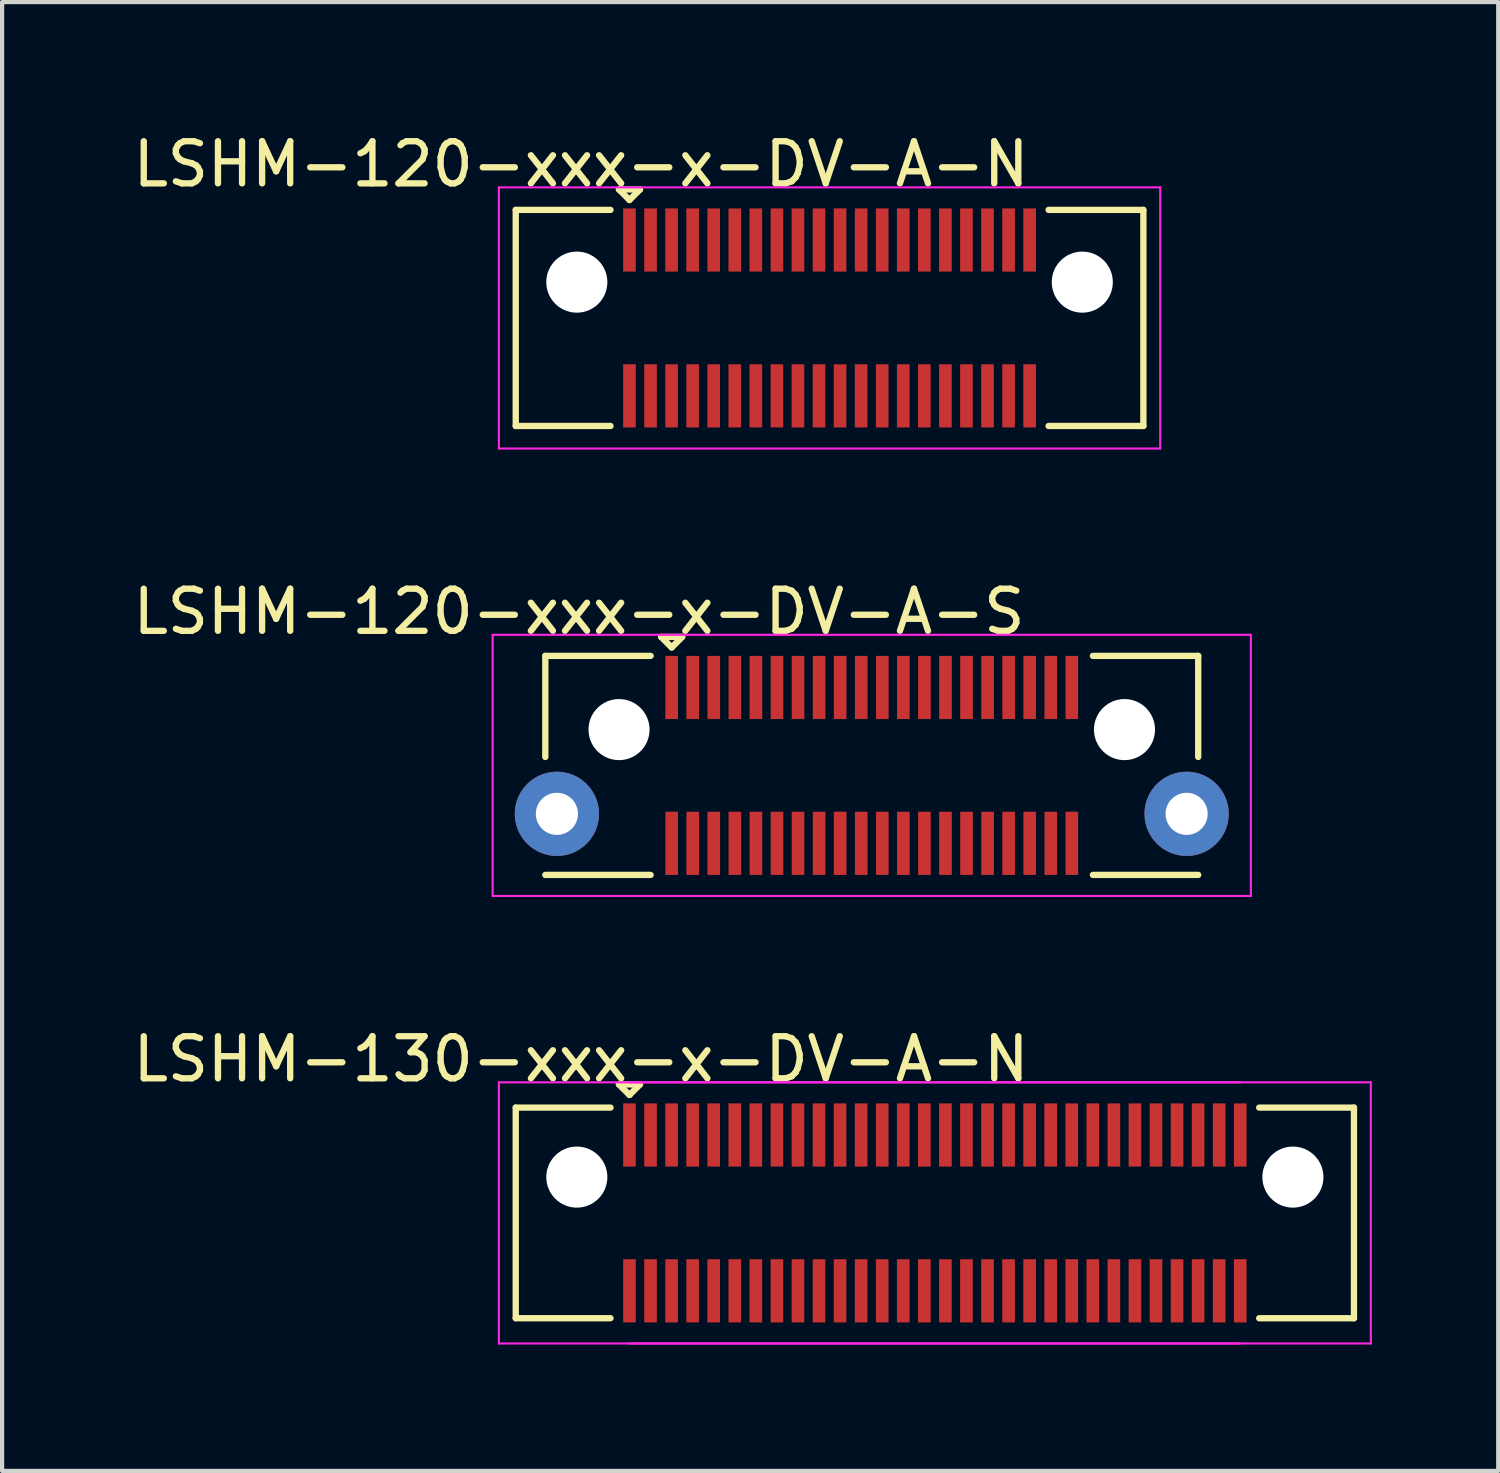
<source format=kicad_pcb>
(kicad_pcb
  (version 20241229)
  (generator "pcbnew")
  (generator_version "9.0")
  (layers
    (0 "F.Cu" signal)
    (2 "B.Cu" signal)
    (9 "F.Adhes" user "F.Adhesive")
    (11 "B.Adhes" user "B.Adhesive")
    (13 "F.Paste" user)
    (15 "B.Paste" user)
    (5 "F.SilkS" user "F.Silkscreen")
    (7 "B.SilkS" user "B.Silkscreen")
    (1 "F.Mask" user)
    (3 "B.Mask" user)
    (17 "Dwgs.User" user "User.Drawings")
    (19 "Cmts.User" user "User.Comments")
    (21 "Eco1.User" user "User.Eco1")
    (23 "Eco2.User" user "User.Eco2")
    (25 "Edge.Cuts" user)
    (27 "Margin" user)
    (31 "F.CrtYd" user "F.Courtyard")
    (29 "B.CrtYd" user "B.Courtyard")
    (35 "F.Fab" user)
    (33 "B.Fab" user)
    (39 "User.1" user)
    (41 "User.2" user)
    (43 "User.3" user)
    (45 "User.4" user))
  (footprint "LSHM-120-xxx-x-DV-A-N"
    (layer "F.Cu")
    (at 16.644 4.498)
    (property "Reference" "LSHM-120-xxx-x-DV-A-N" (at -5.9 -3.65 0) (layer "F.SilkS") (effects (font (size 1 1) (thickness 0.15))))
    (attr smd)
    (fp_line (start -7.45 -2.565) (end -5.2 -2.565) (stroke (width 0.15) (type solid)) (layer "F.SilkS"))
    (fp_line (start -7.45 2.565) (end -7.45 -2.565) (stroke (width 0.15) (type solid)) (layer "F.SilkS"))
    (fp_line (start -7.45 2.565) (end -5.2 2.565) (stroke (width 0.15) (type solid)) (layer "F.SilkS"))
    (fp_line (start -5 -3.05) (end -4.75 -2.8) (stroke (width 0.15) (type solid)) (layer "F.SilkS"))
    (fp_line (start -4.75 -2.8) (end -4.5 -3.05) (stroke (width 0.15) (type solid)) (layer "F.SilkS"))
    (fp_line (start -4.5 -3.05) (end -5 -3.05) (stroke (width 0.15) (type solid)) (layer "F.SilkS"))
    (fp_line (start 7.45 -2.565) (end 5.2 -2.565) (stroke (width 0.15) (type solid)) (layer "F.SilkS"))
    (fp_line (start 7.45 2.565) (end 5.2 2.565) (stroke (width 0.15) (type solid)) (layer "F.SilkS"))
    (fp_line (start 7.45 2.565) (end 7.45 -2.565) (stroke (width 0.15) (type solid)) (layer "F.SilkS"))
    (fp_line (start -7.85 -3.1) (end 7.85 -3.1) (stroke (width 0.05) (type solid)) (layer "F.CrtYd"))
    (fp_line (start -7.85 3.1) (end -7.85 -3.1) (stroke (width 0.05) (type solid)) (layer "F.CrtYd"))
    (fp_line (start -7.85 3.1) (end 7.85 3.1) (stroke (width 0.05) (type solid)) (layer "F.CrtYd"))
    (fp_line (start 7.85 3.1) (end 7.85 -3.1) (stroke (width 0.05) (type solid)) (layer "F.CrtYd"))
    (pad "" np_thru_hole circle (at -6 -0.85) (size 1.45 1.45) (drill 1.45) (layers "*.Cu" "*.Mask"))
    (pad "" np_thru_hole circle (at 6 -0.85) (size 1.45 1.45) (drill 1.45) (layers "*.Cu" "*.Mask"))
    (pad "1" smd rect (at -4.75 -1.85) (size 0.3 1.5) (layers "F.Cu" "F.Mask" "F.Paste"))
    (pad "2" smd rect (at -4.75 1.85) (size 0.3 1.5) (layers "F.Cu" "F.Mask" "F.Paste"))
    (pad "3" smd rect (at -4.25 -1.85) (size 0.3 1.5) (layers "F.Cu" "F.Mask" "F.Paste"))
    (pad "4" smd rect (at -4.25 1.85) (size 0.3 1.5) (layers "F.Cu" "F.Mask" "F.Paste"))
    (pad "5" smd rect (at -3.75 -1.85) (size 0.3 1.5) (layers "F.Cu" "F.Mask" "F.Paste"))
    (pad "6" smd rect (at -3.75 1.85) (size 0.3 1.5) (layers "F.Cu" "F.Mask" "F.Paste"))
    (pad "7" smd rect (at -3.25 -1.85) (size 0.3 1.5) (layers "F.Cu" "F.Mask" "F.Paste"))
    (pad "8" smd rect (at -3.25 1.85) (size 0.3 1.5) (layers "F.Cu" "F.Mask" "F.Paste"))
    (pad "9" smd rect (at -2.75 -1.85) (size 0.3 1.5) (layers "F.Cu" "F.Mask" "F.Paste"))
    (pad "10" smd rect (at -2.75 1.85) (size 0.3 1.5) (layers "F.Cu" "F.Mask" "F.Paste"))
    (pad "11" smd rect (at -2.25 -1.85) (size 0.3 1.5) (layers "F.Cu" "F.Mask" "F.Paste"))
    (pad "12" smd rect (at -2.25 1.85) (size 0.3 1.5) (layers "F.Cu" "F.Mask" "F.Paste"))
    (pad "13" smd rect (at -1.75 -1.85) (size 0.3 1.5) (layers "F.Cu" "F.Mask" "F.Paste"))
    (pad "14" smd rect (at -1.75 1.85) (size 0.3 1.5) (layers "F.Cu" "F.Mask" "F.Paste"))
    (pad "15" smd rect (at -1.25 -1.85) (size 0.3 1.5) (layers "F.Cu" "F.Mask" "F.Paste"))
    (pad "16" smd rect (at -1.25 1.85) (size 0.3 1.5) (layers "F.Cu" "F.Mask" "F.Paste"))
    (pad "17" smd rect (at -0.75 -1.85) (size 0.3 1.5) (layers "F.Cu" "F.Mask" "F.Paste"))
    (pad "18" smd rect (at -0.75 1.85) (size 0.3 1.5) (layers "F.Cu" "F.Mask" "F.Paste"))
    (pad "19" smd rect (at -0.25 -1.85) (size 0.3 1.5) (layers "F.Cu" "F.Mask" "F.Paste"))
    (pad "20" smd rect (at -0.25 1.85) (size 0.3 1.5) (layers "F.Cu" "F.Mask" "F.Paste"))
    (pad "21" smd rect (at 0.25 -1.85) (size 0.3 1.5) (layers "F.Cu" "F.Mask" "F.Paste"))
    (pad "22" smd rect (at 0.25 1.85) (size 0.3 1.5) (layers "F.Cu" "F.Mask" "F.Paste"))
    (pad "23" smd rect (at 0.75 -1.85) (size 0.3 1.5) (layers "F.Cu" "F.Mask" "F.Paste"))
    (pad "24" smd rect (at 0.75 1.85) (size 0.3 1.5) (layers "F.Cu" "F.Mask" "F.Paste"))
    (pad "25" smd rect (at 1.25 -1.85) (size 0.3 1.5) (layers "F.Cu" "F.Mask" "F.Paste"))
    (pad "26" smd rect (at 1.25 1.85) (size 0.3 1.5) (layers "F.Cu" "F.Mask" "F.Paste"))
    (pad "27" smd rect (at 1.75 -1.85) (size 0.3 1.5) (layers "F.Cu" "F.Mask" "F.Paste"))
    (pad "28" smd rect (at 1.75 1.85) (size 0.3 1.5) (layers "F.Cu" "F.Mask" "F.Paste"))
    (pad "29" smd rect (at 2.25 -1.85) (size 0.3 1.5) (layers "F.Cu" "F.Mask" "F.Paste"))
    (pad "30" smd rect (at 2.25 1.85) (size 0.3 1.5) (layers "F.Cu" "F.Mask" "F.Paste"))
    (pad "31" smd rect (at 2.75 -1.85) (size 0.3 1.5) (layers "F.Cu" "F.Mask" "F.Paste"))
    (pad "32" smd rect (at 2.75 1.85) (size 0.3 1.5) (layers "F.Cu" "F.Mask" "F.Paste"))
    (pad "33" smd rect (at 3.25 -1.85) (size 0.3 1.5) (layers "F.Cu" "F.Mask" "F.Paste"))
    (pad "34" smd rect (at 3.25 1.85) (size 0.3 1.5) (layers "F.Cu" "F.Mask" "F.Paste"))
    (pad "35" smd rect (at 3.75 -1.85) (size 0.3 1.5) (layers "F.Cu" "F.Mask" "F.Paste"))
    (pad "36" smd rect (at 3.75 1.85) (size 0.3 1.5) (layers "F.Cu" "F.Mask" "F.Paste"))
    (pad "37" smd rect (at 4.25 -1.85) (size 0.3 1.5) (layers "F.Cu" "F.Mask" "F.Paste"))
    (pad "38" smd rect (at 4.25 1.85) (size 0.3 1.5) (layers "F.Cu" "F.Mask" "F.Paste"))
    (pad "39" smd rect (at 4.75 -1.85) (size 0.3 1.5) (layers "F.Cu" "F.Mask" "F.Paste"))
    (pad "40" smd rect (at 4.75 1.85) (size 0.3 1.5) (layers "F.Cu" "F.Mask" "F.Paste")))
  (footprint "LSHM-130-xxx-x-DV-A-N"
    (layer "F.Cu")
    (at 19.144 25.745)
    (property "Reference" "LSHM-130-xxx-x-DV-A-N" (at -8.4 -3.65 0) (layer "F.SilkS") (effects (font (size 1 1) (thickness 0.15))))
    (attr smd)
    (fp_line (start -9.95 -2.5) (end -9.95 2.5) (stroke (width 0.15) (type solid)) (layer "F.SilkS"))
    (fp_line (start -9.95 -2.5) (end -7.7 -2.5) (stroke (width 0.15) (type solid)) (layer "F.SilkS"))
    (fp_line (start -9.95 2.5) (end -7.7 2.5) (stroke (width 0.15) (type solid)) (layer "F.SilkS"))
    (fp_line (start -7.5 -3.05) (end -7.25 -2.8) (stroke (width 0.15) (type solid)) (layer "F.SilkS"))
    (fp_line (start -7.25 -2.8) (end -7 -3.05) (stroke (width 0.15) (type solid)) (layer "F.SilkS"))
    (fp_line (start -7 -3.05) (end -7.5 -3.05) (stroke (width 0.15) (type solid)) (layer "F.SilkS"))
    (fp_line (start 9.95 -2.5) (end 7.7 -2.5) (stroke (width 0.15) (type solid)) (layer "F.SilkS"))
    (fp_line (start 9.95 -2.5) (end 9.95 2.5) (stroke (width 0.15) (type solid)) (layer "F.SilkS"))
    (fp_line (start 9.95 2.5) (end 7.7 2.5) (stroke (width 0.15) (type solid)) (layer "F.SilkS"))
    (fp_line (start -10.35 -3.1) (end 10.35 -3.1) (stroke (width 0.05) (type solid)) (layer "F.CrtYd"))
    (fp_line (start -10.35 3.1) (end -10.35 -3.1) (stroke (width 0.05) (type solid)) (layer "F.CrtYd"))
    (fp_line (start -10.35 3.1) (end 10.35 3.1) (stroke (width 0.05) (type solid)) (layer "F.CrtYd"))
    (fp_line (start -7.25 -3.1) (end 7.25 -3.1) (stroke (width 0.05) (type solid)) (layer "F.CrtYd"))
    (fp_line (start -7.25 3.1) (end 7.25 3.1) (stroke (width 0.05) (type solid)) (layer "F.CrtYd"))
    (fp_line (start 10.35 3.1) (end 10.35 -3.1) (stroke (width 0.05) (type solid)) (layer "F.CrtYd"))
    (pad "" np_thru_hole circle (at -8.5 -0.85) (size 1.45 1.45) (drill 1.45) (layers "*.Cu" "*.Mask"))
    (pad "" np_thru_hole circle (at 8.5 -0.85) (size 1.45 1.45) (drill 1.45) (layers "*.Cu" "*.Mask"))
    (pad "1" smd rect (at -7.25 -1.85) (size 0.3 1.5) (layers "F.Cu" "F.Mask" "F.Paste"))
    (pad "2" smd rect (at -7.25 1.85) (size 0.3 1.5) (layers "F.Cu" "F.Mask" "F.Paste"))
    (pad "3" smd rect (at -6.75 -1.85) (size 0.3 1.5) (layers "F.Cu" "F.Mask" "F.Paste"))
    (pad "4" smd rect (at -6.75 1.85) (size 0.3 1.5) (layers "F.Cu" "F.Mask" "F.Paste"))
    (pad "5" smd rect (at -6.25 -1.85) (size 0.3 1.5) (layers "F.Cu" "F.Mask" "F.Paste"))
    (pad "6" smd rect (at -6.25 1.85) (size 0.3 1.5) (layers "F.Cu" "F.Mask" "F.Paste"))
    (pad "7" smd rect (at -5.75 -1.85) (size 0.3 1.5) (layers "F.Cu" "F.Mask" "F.Paste"))
    (pad "8" smd rect (at -5.75 1.85) (size 0.3 1.5) (layers "F.Cu" "F.Mask" "F.Paste"))
    (pad "9" smd rect (at -5.25 -1.85) (size 0.3 1.5) (layers "F.Cu" "F.Mask" "F.Paste"))
    (pad "10" smd rect (at -5.25 1.85) (size 0.3 1.5) (layers "F.Cu" "F.Mask" "F.Paste"))
    (pad "11" smd rect (at -4.75 -1.85) (size 0.3 1.5) (layers "F.Cu" "F.Mask" "F.Paste"))
    (pad "12" smd rect (at -4.75 1.85) (size 0.3 1.5) (layers "F.Cu" "F.Mask" "F.Paste"))
    (pad "13" smd rect (at -4.25 -1.85) (size 0.3 1.5) (layers "F.Cu" "F.Mask" "F.Paste"))
    (pad "14" smd rect (at -4.25 1.85) (size 0.3 1.5) (layers "F.Cu" "F.Mask" "F.Paste"))
    (pad "15" smd rect (at -3.75 -1.85) (size 0.3 1.5) (layers "F.Cu" "F.Mask" "F.Paste"))
    (pad "16" smd rect (at -3.75 1.85) (size 0.3 1.5) (layers "F.Cu" "F.Mask" "F.Paste"))
    (pad "17" smd rect (at -3.25 -1.85) (size 0.3 1.5) (layers "F.Cu" "F.Mask" "F.Paste"))
    (pad "18" smd rect (at -3.25 1.85) (size 0.3 1.5) (layers "F.Cu" "F.Mask" "F.Paste"))
    (pad "19" smd rect (at -2.75 -1.85) (size 0.3 1.5) (layers "F.Cu" "F.Mask" "F.Paste"))
    (pad "20" smd rect (at -2.75 1.85) (size 0.3 1.5) (layers "F.Cu" "F.Mask" "F.Paste"))
    (pad "21" smd rect (at -2.25 -1.85) (size 0.3 1.5) (layers "F.Cu" "F.Mask" "F.Paste"))
    (pad "22" smd rect (at -2.25 1.85) (size 0.3 1.5) (layers "F.Cu" "F.Mask" "F.Paste"))
    (pad "23" smd rect (at -1.75 -1.85) (size 0.3 1.5) (layers "F.Cu" "F.Mask" "F.Paste"))
    (pad "24" smd rect (at -1.75 1.85) (size 0.3 1.5) (layers "F.Cu" "F.Mask" "F.Paste"))
    (pad "25" smd rect (at -1.25 -1.85) (size 0.3 1.5) (layers "F.Cu" "F.Mask" "F.Paste"))
    (pad "26" smd rect (at -1.25 1.85) (size 0.3 1.5) (layers "F.Cu" "F.Mask" "F.Paste"))
    (pad "27" smd rect (at -0.75 -1.85) (size 0.3 1.5) (layers "F.Cu" "F.Mask" "F.Paste"))
    (pad "28" smd rect (at -0.75 1.85) (size 0.3 1.5) (layers "F.Cu" "F.Mask" "F.Paste"))
    (pad "29" smd rect (at -0.25 -1.85) (size 0.3 1.5) (layers "F.Cu" "F.Mask" "F.Paste"))
    (pad "30" smd rect (at -0.25 1.85) (size 0.3 1.5) (layers "F.Cu" "F.Mask" "F.Paste"))
    (pad "31" smd rect (at 0.25 -1.85) (size 0.3 1.5) (layers "F.Cu" "F.Mask" "F.Paste"))
    (pad "32" smd rect (at 0.25 1.85) (size 0.3 1.5) (layers "F.Cu" "F.Mask" "F.Paste"))
    (pad "33" smd rect (at 0.75 -1.85) (size 0.3 1.5) (layers "F.Cu" "F.Mask" "F.Paste"))
    (pad "34" smd rect (at 0.75 1.85) (size 0.3 1.5) (layers "F.Cu" "F.Mask" "F.Paste"))
    (pad "35" smd rect (at 1.25 -1.85) (size 0.3 1.5) (layers "F.Cu" "F.Mask" "F.Paste"))
    (pad "36" smd rect (at 1.25 1.85) (size 0.3 1.5) (layers "F.Cu" "F.Mask" "F.Paste"))
    (pad "37" smd rect (at 1.75 -1.85) (size 0.3 1.5) (layers "F.Cu" "F.Mask" "F.Paste"))
    (pad "38" smd rect (at 1.75 1.85) (size 0.3 1.5) (layers "F.Cu" "F.Mask" "F.Paste"))
    (pad "39" smd rect (at 2.25 -1.85) (size 0.3 1.5) (layers "F.Cu" "F.Mask" "F.Paste"))
    (pad "40" smd rect (at 2.25 1.85) (size 0.3 1.5) (layers "F.Cu" "F.Mask" "F.Paste"))
    (pad "41" smd rect (at 2.75 -1.85) (size 0.3 1.5) (layers "F.Cu" "F.Mask" "F.Paste"))
    (pad "42" smd rect (at 2.75 1.85) (size 0.3 1.5) (layers "F.Cu" "F.Mask" "F.Paste"))
    (pad "43" smd rect (at 3.25 -1.85) (size 0.3 1.5) (layers "F.Cu" "F.Mask" "F.Paste"))
    (pad "44" smd rect (at 3.25 1.85) (size 0.3 1.5) (layers "F.Cu" "F.Mask" "F.Paste"))
    (pad "45" smd rect (at 3.75 -1.85) (size 0.3 1.5) (layers "F.Cu" "F.Mask" "F.Paste"))
    (pad "46" smd rect (at 3.75 1.85) (size 0.3 1.5) (layers "F.Cu" "F.Mask" "F.Paste"))
    (pad "47" smd rect (at 4.25 -1.85) (size 0.3 1.5) (layers "F.Cu" "F.Mask" "F.Paste"))
    (pad "48" smd rect (at 4.25 1.85) (size 0.3 1.5) (layers "F.Cu" "F.Mask" "F.Paste"))
    (pad "49" smd rect (at 4.75 -1.85) (size 0.3 1.5) (layers "F.Cu" "F.Mask" "F.Paste"))
    (pad "50" smd rect (at 4.75 1.85) (size 0.3 1.5) (layers "F.Cu" "F.Mask" "F.Paste"))
    (pad "51" smd rect (at 5.25 -1.85) (size 0.3 1.5) (layers "F.Cu" "F.Mask" "F.Paste"))
    (pad "52" smd rect (at 5.25 1.85) (size 0.3 1.5) (layers "F.Cu" "F.Mask" "F.Paste"))
    (pad "53" smd rect (at 5.75 -1.85) (size 0.3 1.5) (layers "F.Cu" "F.Mask" "F.Paste"))
    (pad "54" smd rect (at 5.75 1.85) (size 0.3 1.5) (layers "F.Cu" "F.Mask" "F.Paste"))
    (pad "55" smd rect (at 6.25 -1.85) (size 0.3 1.5) (layers "F.Cu" "F.Mask" "F.Paste"))
    (pad "56" smd rect (at 6.25 1.85) (size 0.3 1.5) (layers "F.Cu" "F.Mask" "F.Paste"))
    (pad "57" smd rect (at 6.75 -1.85) (size 0.3 1.5) (layers "F.Cu" "F.Mask" "F.Paste"))
    (pad "58" smd rect (at 6.75 1.85) (size 0.3 1.5) (layers "F.Cu" "F.Mask" "F.Paste"))
    (pad "59" smd rect (at 7.25 -1.85) (size 0.3 1.5) (layers "F.Cu" "F.Mask" "F.Paste"))
    (pad "60" smd rect (at 7.25 1.85) (size 0.3 1.5) (layers "F.Cu" "F.Mask" "F.Paste")))
  (footprint "LSHM-120-xxx-x-DV-A-S"
    (layer "F.Cu")
    (at 17.646 15.121)
    (property "Reference" "LSHM-120-xxx-x-DV-A-S" (at -6.95 -3.65 0) (layer "F.SilkS") (effects (font (size 1 1) (thickness 0.15))))
    (attr smd)
    (fp_line (start -7.75 -2.6) (end -5.25 -2.6) (stroke (width 0.15) (type solid)) (layer "F.SilkS"))
    (fp_line (start -7.75 -0.2) (end -7.75 -2.6) (stroke (width 0.15) (type solid)) (layer "F.SilkS"))
    (fp_line (start -7.75 2.6) (end -5.25 2.6) (stroke (width 0.15) (type solid)) (layer "F.SilkS"))
    (fp_line (start -5 -3.05) (end -4.75 -2.8) (stroke (width 0.15) (type solid)) (layer "F.SilkS"))
    (fp_line (start -4.75 -2.8) (end -4.5 -3.05) (stroke (width 0.15) (type solid)) (layer "F.SilkS"))
    (fp_line (start -4.5 -3.05) (end -5 -3.05) (stroke (width 0.15) (type solid)) (layer "F.SilkS"))
    (fp_line (start 7.75 -2.6) (end 5.25 -2.6) (stroke (width 0.15) (type solid)) (layer "F.SilkS"))
    (fp_line (start 7.75 -0.2) (end 7.75 -2.6) (stroke (width 0.15) (type solid)) (layer "F.SilkS"))
    (fp_line (start 7.75 2.6) (end 5.25 2.6) (stroke (width 0.15) (type solid)) (layer "F.SilkS"))
    (fp_line (start -9 -3.1) (end 9 -3.1) (stroke (width 0.05) (type solid)) (layer "F.CrtYd"))
    (fp_line (start -9 3.1) (end -9 -3.1) (stroke (width 0.05) (type solid)) (layer "F.CrtYd"))
    (fp_line (start -9 3.1) (end 9 3.1) (stroke (width 0.05) (type solid)) (layer "F.CrtYd"))
    (fp_line (start 9 3.1) (end 9 -3.1) (stroke (width 0.05) (type solid)) (layer "F.CrtYd"))
    (pad "" np_thru_hole circle (at -6 -0.85) (size 1.45 1.45) (drill 1.45) (layers "*.Cu" "*.Mask"))
    (pad "" np_thru_hole circle (at 6 -0.85) (size 1.45 1.45) (drill 1.45) (layers "*.Cu" "*.Mask"))
    (pad "1" smd rect (at -4.75 -1.85) (size 0.3 1.5) (layers "F.Cu" "F.Mask" "F.Paste"))
    (pad "2" smd rect (at -4.75 1.85) (size 0.3 1.5) (layers "F.Cu" "F.Mask" "F.Paste"))
    (pad "3" smd rect (at -4.25 -1.85) (size 0.3 1.5) (layers "F.Cu" "F.Mask" "F.Paste"))
    (pad "4" smd rect (at -4.25 1.85) (size 0.3 1.5) (layers "F.Cu" "F.Mask" "F.Paste"))
    (pad "5" smd rect (at -3.75 -1.85) (size 0.3 1.5) (layers "F.Cu" "F.Mask" "F.Paste"))
    (pad "6" smd rect (at -3.75 1.85) (size 0.3 1.5) (layers "F.Cu" "F.Mask" "F.Paste"))
    (pad "7" smd rect (at -3.25 -1.85) (size 0.3 1.5) (layers "F.Cu" "F.Mask" "F.Paste"))
    (pad "8" smd rect (at -3.25 1.85) (size 0.3 1.5) (layers "F.Cu" "F.Mask" "F.Paste"))
    (pad "9" smd rect (at -2.75 -1.85) (size 0.3 1.5) (layers "F.Cu" "F.Mask" "F.Paste"))
    (pad "10" smd rect (at -2.75 1.85) (size 0.3 1.5) (layers "F.Cu" "F.Mask" "F.Paste"))
    (pad "11" smd rect (at -2.25 -1.85) (size 0.3 1.5) (layers "F.Cu" "F.Mask" "F.Paste"))
    (pad "12" smd rect (at -2.25 1.85) (size 0.3 1.5) (layers "F.Cu" "F.Mask" "F.Paste"))
    (pad "13" smd rect (at -1.75 -1.85) (size 0.3 1.5) (layers "F.Cu" "F.Mask" "F.Paste"))
    (pad "14" smd rect (at -1.75 1.85) (size 0.3 1.5) (layers "F.Cu" "F.Mask" "F.Paste"))
    (pad "15" smd rect (at -1.25 -1.85) (size 0.3 1.5) (layers "F.Cu" "F.Mask" "F.Paste"))
    (pad "16" smd rect (at -1.25 1.85) (size 0.3 1.5) (layers "F.Cu" "F.Mask" "F.Paste"))
    (pad "17" smd rect (at -0.75 -1.85) (size 0.3 1.5) (layers "F.Cu" "F.Mask" "F.Paste"))
    (pad "18" smd rect (at -0.75 1.85) (size 0.3 1.5) (layers "F.Cu" "F.Mask" "F.Paste"))
    (pad "19" smd rect (at -0.25 -1.85) (size 0.3 1.5) (layers "F.Cu" "F.Mask" "F.Paste"))
    (pad "20" smd rect (at -0.25 1.85) (size 0.3 1.5) (layers "F.Cu" "F.Mask" "F.Paste"))
    (pad "21" smd rect (at 0.25 -1.85) (size 0.3 1.5) (layers "F.Cu" "F.Mask" "F.Paste"))
    (pad "22" smd rect (at 0.25 1.85) (size 0.3 1.5) (layers "F.Cu" "F.Mask" "F.Paste"))
    (pad "23" smd rect (at 0.75 -1.85) (size 0.3 1.5) (layers "F.Cu" "F.Mask" "F.Paste"))
    (pad "24" smd rect (at 0.75 1.85) (size 0.3 1.5) (layers "F.Cu" "F.Mask" "F.Paste"))
    (pad "25" smd rect (at 1.25 -1.85) (size 0.3 1.5) (layers "F.Cu" "F.Mask" "F.Paste"))
    (pad "26" smd rect (at 1.25 1.85) (size 0.3 1.5) (layers "F.Cu" "F.Mask" "F.Paste"))
    (pad "27" smd rect (at 1.75 -1.85) (size 0.3 1.5) (layers "F.Cu" "F.Mask" "F.Paste"))
    (pad "28" smd rect (at 1.75 1.85) (size 0.3 1.5) (layers "F.Cu" "F.Mask" "F.Paste"))
    (pad "29" smd rect (at 2.25 -1.85) (size 0.3 1.5) (layers "F.Cu" "F.Mask" "F.Paste"))
    (pad "30" smd rect (at 2.25 1.85) (size 0.3 1.5) (layers "F.Cu" "F.Mask" "F.Paste"))
    (pad "31" smd rect (at 2.75 -1.85) (size 0.3 1.5) (layers "F.Cu" "F.Mask" "F.Paste"))
    (pad "32" smd rect (at 2.75 1.85) (size 0.3 1.5) (layers "F.Cu" "F.Mask" "F.Paste"))
    (pad "33" smd rect (at 3.25 -1.85) (size 0.3 1.5) (layers "F.Cu" "F.Mask" "F.Paste"))
    (pad "34" smd rect (at 3.25 1.85) (size 0.3 1.5) (layers "F.Cu" "F.Mask" "F.Paste"))
    (pad "35" smd rect (at 3.75 -1.85) (size 0.3 1.5) (layers "F.Cu" "F.Mask" "F.Paste"))
    (pad "36" smd rect (at 3.75 1.85) (size 0.3 1.5) (layers "F.Cu" "F.Mask" "F.Paste"))
    (pad "37" smd rect (at 4.25 -1.85) (size 0.3 1.5) (layers "F.Cu" "F.Mask" "F.Paste"))
    (pad "38" smd rect (at 4.25 1.85) (size 0.3 1.5) (layers "F.Cu" "F.Mask" "F.Paste"))
    (pad "39" smd rect (at 4.75 -1.85) (size 0.3 1.5) (layers "F.Cu" "F.Mask" "F.Paste"))
    (pad "40" smd rect (at 4.75 1.85) (size 0.3 1.5) (layers "F.Cu" "F.Mask" "F.Paste"))
    (pad "41" thru_hole circle (at -7.475 1.15) (size 2 2) (drill 1) (layers "*.Cu" "*.Mask"))
    (pad "41" thru_hole circle (at 7.475 1.15) (size 2 2) (drill 1) (layers "*.Cu" "*.Mask")))
  (gr_rect
    (start -3 -3)
    (end 32.519 31.87)
    (stroke (width 0.1) (type default))
    (fill no)
    (layer "Edge.Cuts")))
</source>
